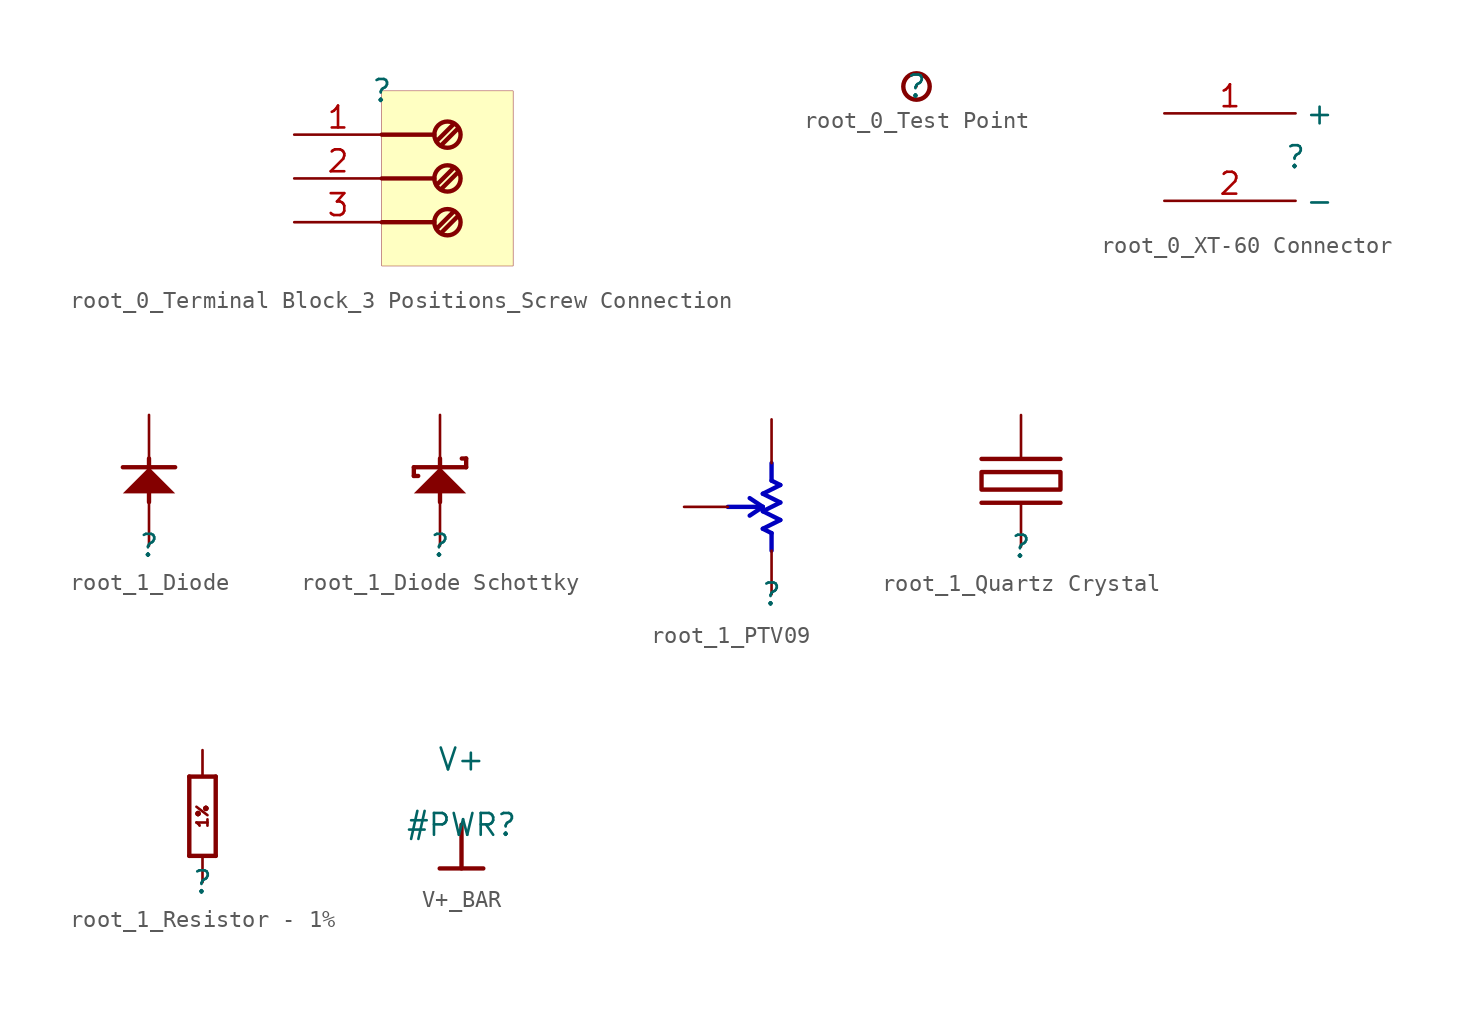
<source format=kicad_sym>
(kicad_symbol_lib
  (version 20231120)
  (generator "kicad_symbol_editor")
  (generator_version "8.0")
  (symbol "root_0_Terminal Block_3 Positions_Screw Connection"
    (property "Reference" ""
      (at 0 0 0)
      (effects (font (size 1.27 1.27))))
    (property "Value" ""
      (at 0 0 0)
      (effects (font (size 1.27 1.27))))
    (symbol "root_0_Terminal Block_3 Positions_Screw Connection_1_0"
      (polyline (pts (xy 0 -7.62) (xy 3.048 -7.62)) (stroke (width 0.254) (type solid)) (fill (type none)))
      (polyline (pts (xy 0 -5.08) (xy 3.048 -5.08)) (stroke (width 0.254) (type solid)) (fill (type none)))
      (polyline (pts (xy 0 -2.54) (xy 3.048 -2.54)) (stroke (width 0.254) (type solid)) (fill (type none)))
      (polyline (pts (xy 3.175 -8.001) (xy 4.191 -6.985)) (stroke (width 0.254) (type solid)) (fill (type none)))
      (polyline (pts (xy 3.175 -5.461) (xy 4.191 -4.445)) (stroke (width 0.254) (type solid)) (fill (type none)))
      (polyline (pts (xy 3.175 -2.921) (xy 4.191 -1.905)) (stroke (width 0.254) (type solid)) (fill (type none)))
      (polyline (pts (xy 3.429 -8.255) (xy 4.445 -7.239)) (stroke (width 0.254) (type solid)) (fill (type none)))
      (polyline (pts (xy 3.429 -5.715) (xy 4.445 -4.699)) (stroke (width 0.254) (type solid)) (fill (type none)))
      (polyline (pts (xy 3.429 -3.175) (xy 4.445 -2.159)) (stroke (width 0.254) (type solid)) (fill (type none)))
      (circle (center 3.81 -7.62) (radius 0.762) (stroke (width 0.254) (type solid)) (fill (type none)))
      (circle (center 3.81 -5.08) (radius 0.762) (stroke (width 0.254) (type solid)) (fill (type none)))
      (circle (center 3.81 -2.54) (radius 0.762) (stroke (width 0.254) (type solid)) (fill (type none)))
      (rectangle (start 7.62 0) (end 0 -10.16) (stroke (width 0.025) (type solid) (color 128 0 0 1)) (fill (type background)))
      (pin bidirectional line (at -5.08 -2.54 0) (length 5.08) (name "1" (effects (font (size 0 0)))) (number "1" (effects (font (size 1.27 1.27)))))
      (pin bidirectional line (at -5.08 -5.08 0) (length 5.08) (name "2" (effects (font (size 0 0)))) (number "2" (effects (font (size 1.27 1.27)))))
      (pin bidirectional line (at -5.08 -7.62 0) (length 5.08) (name "3" (effects (font (size 0 0)))) (number "3" (effects (font (size 1.27 1.27)))))))
  (symbol "root_0_Test Point"
    (property "Reference" ""
      (at 0 0 0)
      (effects (font (size 1.27 1.27))))
    (property "Value" ""
      (at 0 0 0)
      (effects (font (size 1.27 1.27))))
    (symbol "root_0_Test Point_1_0"
      (circle (center 0 0) (radius 0.762) (stroke (width 0.254) (type solid)) (fill (type color) (color 255 255 255 0.5)))
      (pin bidirectional line (at 0 0 180) (length 0) (name "1" (effects (font (size 0 0)))) (number "1" (effects (font (size 0 0)))))))
  (symbol "root_0_XT-60 Connector"
    (property "Reference" ""
      (at 0 0 0)
      (effects (font (size 1.27 1.27))))
    (property "Value" ""
      (at 0 0 0)
      (effects (font (size 1.27 1.27))))
    (symbol "root_0_XT-60 Connector_1_0"
      (pin power_in line (at -7.62 2.54 0) (length 7.62) (name "+" (effects (font (size 1.27 1.27)))) (number "1" (effects (font (size 1.27 1.27)))))
      (pin power_in line (at -7.62 -2.54 0) (length 7.62) (name "-" (effects (font (size 1.27 1.27)))) (number "2" (effects (font (size 1.27 1.27)))))))
  (symbol "root_1_Diode"
    (property "Reference" ""
      (at 0 0 0)
      (effects (font (size 1.27 1.27))))
    (property "Value" ""
      (at 0 0 0)
      (effects (font (size 1.27 1.27))))
    (symbol "root_1_Diode_1_0"
      (polyline (pts (xy -1.524 4.572) (xy 1.524 4.572)) (stroke (width 0.254) (type solid)) (fill (type none)))
      (polyline (pts (xy 0 2.54) (xy 0 5.08)) (stroke (width 0.254) (type solid)) (fill (type none)))
      (polyline (pts (xy 1.524 3.048) (xy 0 4.572) (xy -1.524 3.048) (xy 1.524 3.048)) (stroke (width -0.0001) (type solid)) (fill (type outline)))
      (pin passive line (at 0 7.62 270) (length 2.54) (name "C" (effects (font (size 0 0)))) (number "1" (effects (font (size 0 0)))))
      (pin passive line (at 0 0 90) (length 2.54) (name "A" (effects (font (size 0 0)))) (number "2" (effects (font (size 0 0)))))))
  (symbol "root_1_Diode Schottky"
    (property "Reference" ""
      (at 0 0 0)
      (effects (font (size 1.27 1.27))))
    (property "Value" ""
      (at 0 0 0)
      (effects (font (size 1.27 1.27))))
    (symbol "root_1_Diode Schottky_1_0"
      (polyline (pts (xy -1.524 4.064) (xy -1.27 4.064)) (stroke (width 0.254) (type solid)) (fill (type none)))
      (polyline (pts (xy -1.524 4.572) (xy -1.524 4.064)) (stroke (width 0.254) (type solid)) (fill (type none)))
      (polyline (pts (xy -1.524 4.572) (xy 1.524 4.572)) (stroke (width 0.254) (type solid)) (fill (type none)))
      (polyline (pts (xy 0 2.54) (xy 0 5.08)) (stroke (width 0.254) (type solid)) (fill (type none)))
      (polyline (pts (xy 1.27 5.08) (xy 1.524 5.08)) (stroke (width 0.254) (type solid)) (fill (type none)))
      (polyline (pts (xy 1.524 5.08) (xy 1.524 4.572)) (stroke (width 0.254) (type solid)) (fill (type none)))
      (polyline (pts (xy 1.524 3.048) (xy 0 4.572) (xy -1.524 3.048) (xy 1.524 3.048)) (stroke (width -0.0001) (type solid)) (fill (type outline)))
      (pin passive line (at 0 7.62 270) (length 2.54) (name "C" (effects (font (size 0 0)))) (number "1" (effects (font (size 0 0)))))
      (pin passive line (at 0 0 90) (length 2.54) (name "A" (effects (font (size 0 0)))) (number "2" (effects (font (size 0 0)))))))
  (symbol "root_1_PTV09"
    (property "Reference" ""
      (at 0 0 0)
      (effects (font (size 1.27 1.27))))
    (property "Value" ""
      (at 0 0 0)
      (effects (font (size 1.27 1.27))))
    (symbol "root_1_PTV09_1_0"
      (polyline (pts (xy -2.54 5.08) (xy -0.508 5.08)) (stroke (width 0.254) (type solid) (color 0 0 191 1)) (fill (type none)))
      (polyline (pts (xy -0.508 3.81) (xy 0.508 4.318)) (stroke (width 0.254) (type solid) (color 0 0 191 1)) (fill (type none)))
      (polyline (pts (xy -0.508 4.826) (xy 0.508 5.334)) (stroke (width 0.254) (type solid) (color 0 0 191 1)) (fill (type none)))
      (polyline (pts (xy -0.508 5.08) (xy -1.27 4.572)) (stroke (width 0.254) (type solid) (color 0 0 191 1)) (fill (type none)))
      (polyline (pts (xy -0.508 5.08) (xy -1.27 5.588)) (stroke (width 0.254) (type solid) (color 0 0 191 1)) (fill (type none)))
      (polyline (pts (xy -0.508 5.842) (xy 0.508 6.35)) (stroke (width 0.254) (type solid) (color 0 0 191 1)) (fill (type none)))
      (polyline (pts (xy 0 2.54) (xy 0 3.556)) (stroke (width 0.254) (type solid) (color 0 0 191 1)) (fill (type none)))
      (polyline (pts (xy 0 3.556) (xy -0.508 3.81)) (stroke (width 0.254) (type solid) (color 0 0 191 1)) (fill (type none)))
      (polyline (pts (xy 0 6.604) (xy 0 7.62)) (stroke (width 0.254) (type solid) (color 0 0 191 1)) (fill (type none)))
      (polyline (pts (xy 0.508 4.318) (xy -0.508 4.826)) (stroke (width 0.254) (type solid) (color 0 0 191 1)) (fill (type none)))
      (polyline (pts (xy 0.508 5.334) (xy -0.508 5.842)) (stroke (width 0.254) (type solid) (color 0 0 191 1)) (fill (type none)))
      (polyline (pts (xy 0.508 6.35) (xy 0 6.604)) (stroke (width 0.254) (type solid) (color 0 0 191 1)) (fill (type none)))
      (pin passive line (at 0 0 90) (length 2.54) (name "1" (effects (font (size 0 0)))) (number "1" (effects (font (size 0 0)))))
      (pin passive line (at -5.08 5.08 0) (length 2.54) (name "2" (effects (font (size 0 0)))) (number "2" (effects (font (size 0 0)))))
      (pin passive line (at 0 10.16 270) (length 2.54) (name "3" (effects (font (size 0 0)))) (number "3" (effects (font (size 0 0)))))))
  (symbol "root_1_Quartz Crystal"
    (property "Reference" ""
      (at 0 0 0)
      (effects (font (size 1.27 1.27))))
    (property "Value" ""
      (at 0 0 0)
      (effects (font (size 1.27 1.27))))
    (symbol "root_1_Quartz Crystal_1_0"
      (polyline (pts (xy -2.286 2.54) (xy 2.286 2.54)) (stroke (width 0.254) (type solid)) (fill (type none)))
      (polyline (pts (xy -2.286 5.08) (xy 2.286 5.08)) (stroke (width 0.254) (type solid)) (fill (type none)))
      (polyline (pts (xy 2.286 4.318) (xy 2.286 3.302) (xy -2.286 3.302) (xy -2.286 4.318) (xy 2.286 4.318)) (stroke (width 0.254) (type solid)) (fill (type none)))
      (pin passive line (at 0 0 90) (length 2.54) (name "OSC1" (effects (font (size 0 0)))) (number "1" (effects (font (size 0 0)))))
      (pin passive line (at 0 7.62 270) (length 2.54) (name "OSC2" (effects (font (size 0 0)))) (number "2" (effects (font (size 0 0)))))))
  (symbol "root_1_Resistor - 1%"
    (property "Reference" ""
      (at 0 0 0)
      (effects (font (size 1.27 1.27))))
    (property "Value" ""
      (at 0 0 0)
      (effects (font (size 1.27 1.27))))
    (symbol "root_1_Resistor - 1%_1_0"
      (polyline (pts (xy -0.762 1.524) (xy 0.762 1.524)) (stroke (width 0.254) (type solid)) (fill (type none)))
      (polyline (pts (xy -0.762 6.096) (xy -0.762 1.524)) (stroke (width 0.254) (type solid)) (fill (type none)))
      (polyline (pts (xy 0.762 1.524) (xy 0.762 6.096)) (stroke (width 0.254) (type solid)) (fill (type none)))
      (polyline (pts (xy 0.762 6.096) (xy -0.762 6.096)) (stroke (width 0.254) (type solid)) (fill (type none)))
      (text "1%" (at 0 3.81 900) (effects (font (size 0.635 0.635))))
      (pin passive line (at 0 0 90) (length 1.524) (name "1" (effects (font (size 0 0)))) (number "1" (effects (font (size 0 0)))))
      (pin passive line (at 0 7.62 270) (length 1.524) (name "2" (effects (font (size 0 0)))) (number "2" (effects (font (size 0 0)))))))
  (symbol "V+_BAR"
    (power)
    (property "Reference" "#PWR"
      (at 0 0 0)
      (effects (font (size 1.27 1.27))))
    (property "Value" "V+"
      (at 0 3.81 0)
      (effects (font (size 1.27 1.27))))
    (symbol "V+_BAR_0_0"
      (polyline (pts (xy -1.27 -2.54) (xy 1.27 -2.54)) (stroke (width 0.254) (type solid)) (fill (type none)))
      (polyline (pts (xy 0 0) (xy 0 -2.54)) (stroke (width 0.254) (type solid)) (fill (type none)))
      (pin power_in line (at 0 0 0) (length 0) hide (name "V+" (effects (font (size 1.27 1.27)))) (number "" (effects (font (size 1.27 1.27))))))))
</source>
